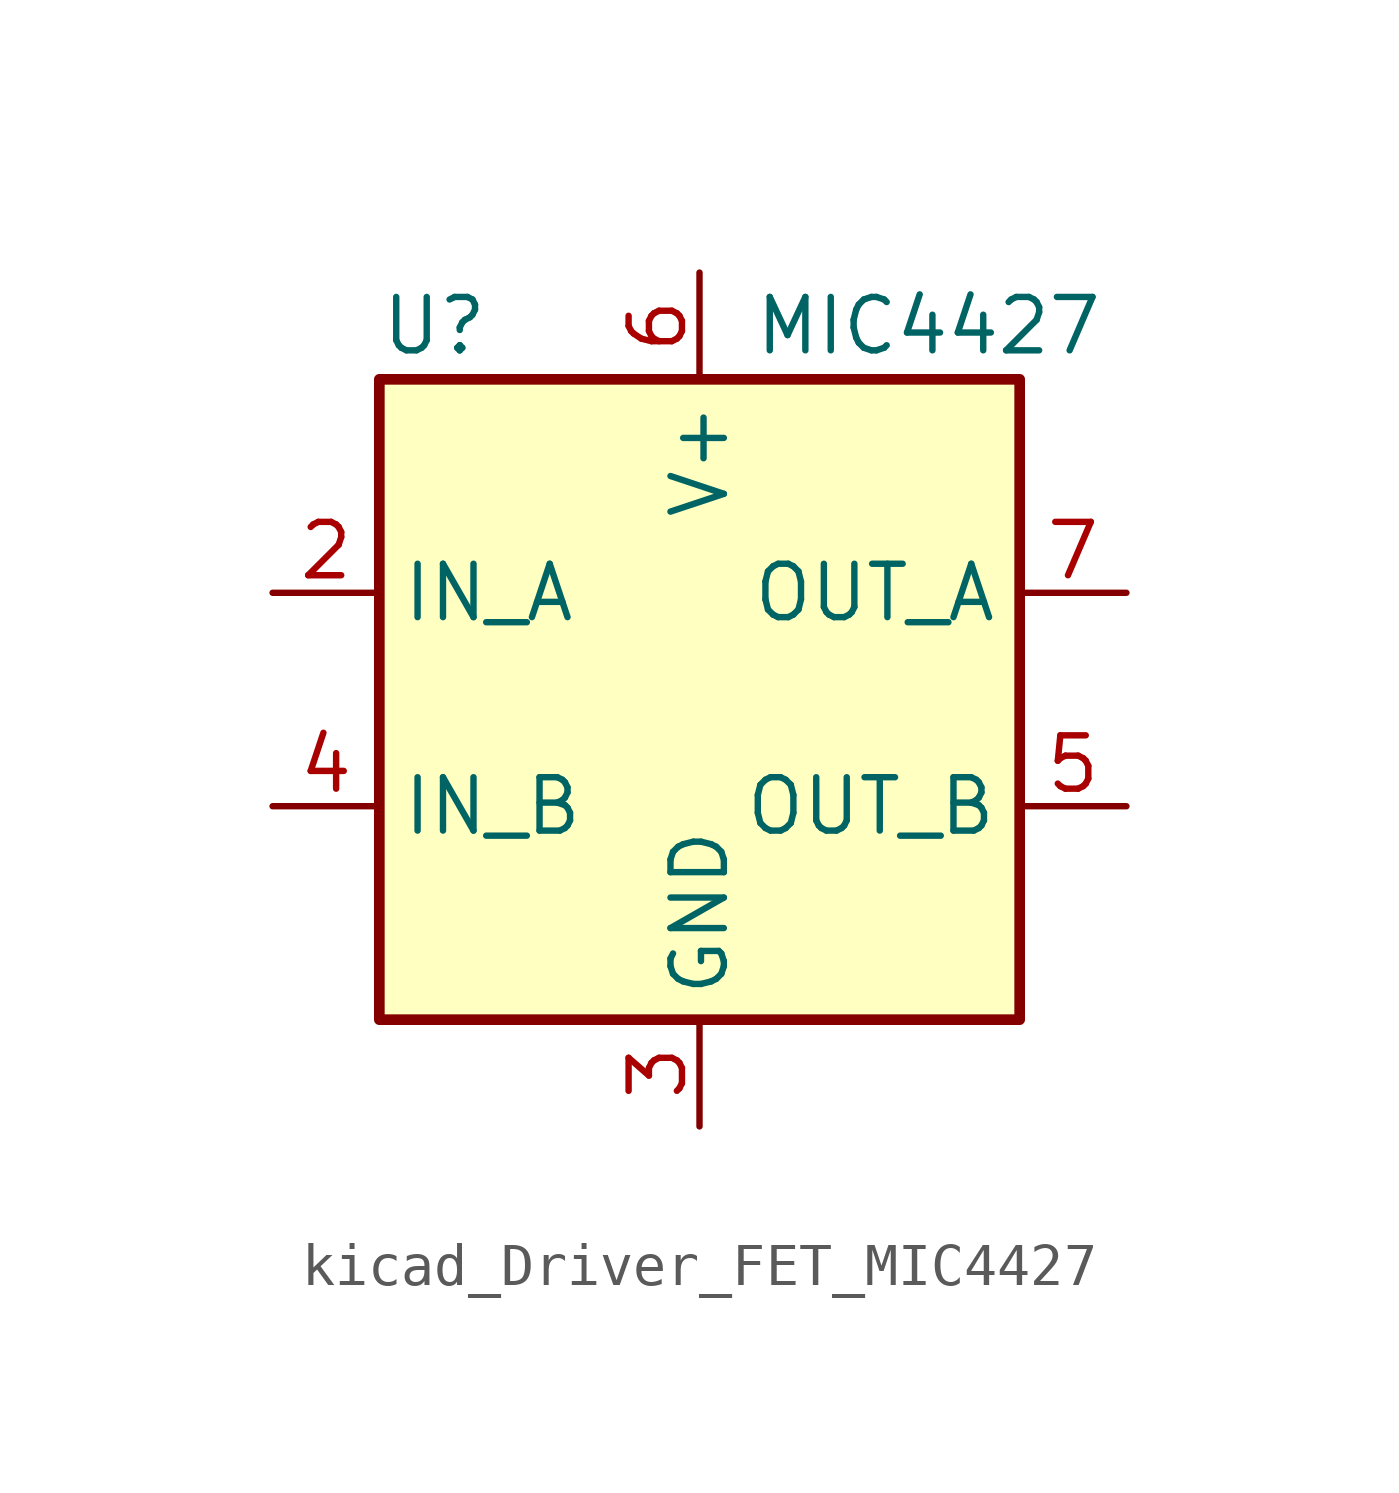
<source format=kicad_sym>
(kicad_symbol_lib
  (version 20220914)
  (generator kicad_symbol_editor)
  (symbol "kicad_Driver_FET_MIC4427"
    (property "Reference" "U"
      (at -7.62 8.89 0)
      (effects (font (size 1.27 1.27)) (justify left)))
    (property "Value" "MIC4427"
      (at 1.27 8.89 0)
      (effects (font (size 1.27 1.27)) (justify left)))
    (symbol "kicad_Driver_FET_MIC4427_0_1"
      (rectangle (start -7.62 -7.62) (end 7.62 7.62) (stroke (width 0.254) (type default)) (fill (type background))))
    (symbol "kicad_Driver_FET_MIC4427_1_1"
      (pin no_connect line (at -7.62 0 0) (length 2.54) hide (name "NC" (effects (font (size 1.27 1.27)))) (number "1" (effects (font (size 1.27 1.27)))))
      (pin input line (at -10.16 2.54 0) (length 2.54) (name "IN_A" (effects (font (size 1.27 1.27)))) (number "2" (effects (font (size 1.27 1.27)))))
      (pin power_in line (at 0 -10.16 90) (length 2.54) (name "GND" (effects (font (size 1.27 1.27)))) (number "3" (effects (font (size 1.27 1.27)))))
      (pin input line (at -10.16 -2.54 0) (length 2.54) (name "IN_B" (effects (font (size 1.27 1.27)))) (number "4" (effects (font (size 1.27 1.27)))))
      (pin output line (at 10.16 -2.54 180) (length 2.54) (name "OUT_B" (effects (font (size 1.27 1.27)))) (number "5" (effects (font (size 1.27 1.27)))))
      (pin power_in line (at 0 10.16 270) (length 2.54) (name "V+" (effects (font (size 1.27 1.27)))) (number "6" (effects (font (size 1.27 1.27)))))
      (pin output line (at 10.16 2.54 180) (length 2.54) (name "OUT_A" (effects (font (size 1.27 1.27)))) (number "7" (effects (font (size 1.27 1.27)))))
      (pin no_connect line (at 7.62 0 180) (length 2.54) hide (name "NC" (effects (font (size 1.27 1.27)))) (number "8" (effects (font (size 1.27 1.27))))))))
</source>
